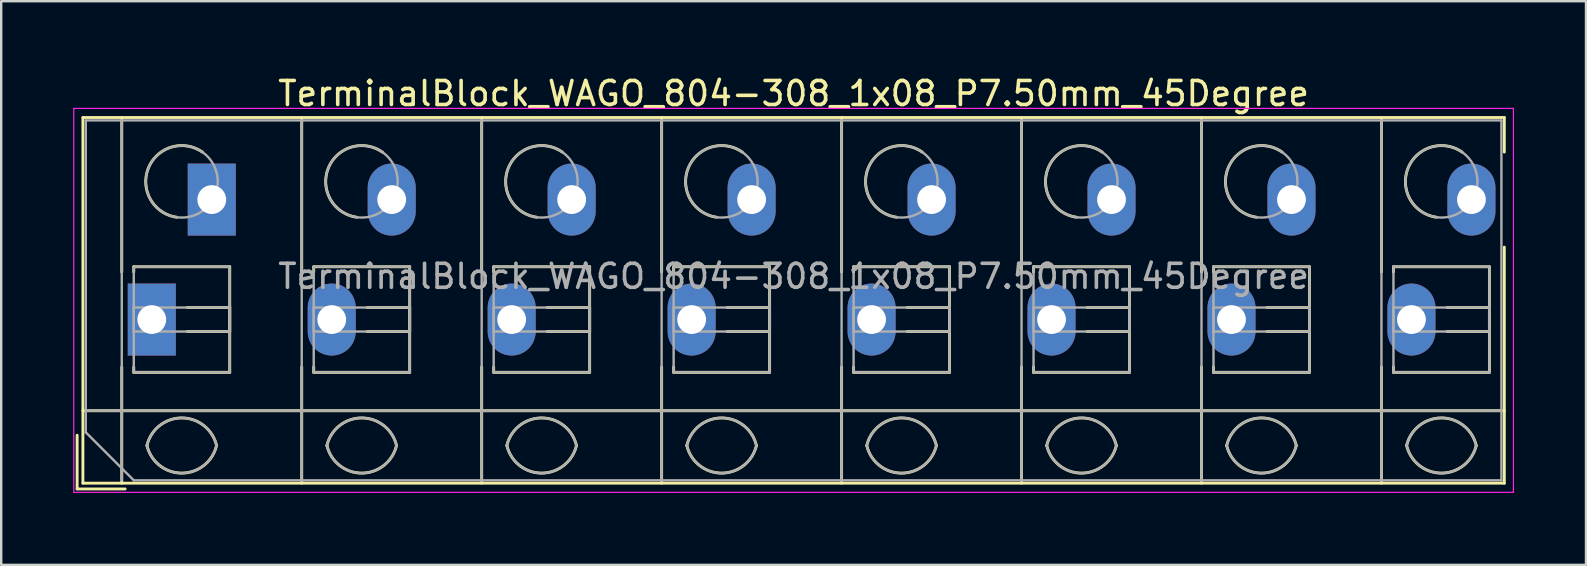
<source format=kicad_pcb>
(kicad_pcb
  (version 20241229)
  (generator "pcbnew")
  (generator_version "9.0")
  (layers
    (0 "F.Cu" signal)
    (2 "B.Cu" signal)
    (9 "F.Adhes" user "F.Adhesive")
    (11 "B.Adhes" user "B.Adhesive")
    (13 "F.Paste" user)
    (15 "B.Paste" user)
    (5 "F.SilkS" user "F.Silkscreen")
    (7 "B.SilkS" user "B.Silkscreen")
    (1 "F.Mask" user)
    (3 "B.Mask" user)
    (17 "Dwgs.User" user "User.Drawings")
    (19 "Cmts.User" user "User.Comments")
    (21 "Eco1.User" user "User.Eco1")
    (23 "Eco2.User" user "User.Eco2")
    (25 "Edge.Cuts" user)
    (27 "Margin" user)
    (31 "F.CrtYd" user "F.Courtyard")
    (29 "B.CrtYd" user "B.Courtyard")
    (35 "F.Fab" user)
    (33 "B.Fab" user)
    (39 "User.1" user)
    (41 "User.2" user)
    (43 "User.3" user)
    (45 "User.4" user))
  (footprint "TerminalBlock_WAGO_804-308_1x08_P7.50mm_45Degree"
    (layer "F.Cu")
    (at 3.275 10.268)
    (property "Reference" "TerminalBlock_WAGO_804-308_1x08_P7.50mm_45Degree" (at 26.75 -9.42 0) (layer "F.SilkS") (effects (font (size 1 1) (thickness 0.15))))
    (attr through_hole)
    (fp_line (start -3.11 4.82) (end -3.11 7.06) (stroke (width 0.12) (type solid)) (layer "F.SilkS"))
    (fp_line (start -3.11 7.06) (end -1.11 7.06) (stroke (width 0.12) (type solid)) (layer "F.SilkS"))
    (fp_line (start -2.87 -8.42) (end -2.87 6.82) (stroke (width 0.12) (type solid)) (layer "F.SilkS"))
    (fp_line (start -2.87 -8.42) (end 56.37 -8.42) (stroke (width 0.12) (type solid)) (layer "F.SilkS"))
    (fp_line (start -2.87 3.8) (end 56.37 3.8) (stroke (width 0.12) (type solid)) (layer "F.SilkS"))
    (fp_line (start -2.87 6.82) (end 56.37 6.82) (stroke (width 0.12) (type solid)) (layer "F.SilkS"))
    (fp_line (start -1.25 -8.42) (end -1.25 -1.98) (stroke (width 0.12) (type solid)) (layer "F.SilkS"))
    (fp_line (start -1.25 1.98) (end -1.25 6.82) (stroke (width 0.12) (type solid)) (layer "F.SilkS"))
    (fp_line (start -0.75 -2.2) (end -0.75 -1.98) (stroke (width 0.12) (type solid)) (layer "F.SilkS"))
    (fp_line (start -0.75 -2.2) (end 3.25 -2.2) (stroke (width 0.12) (type solid)) (layer "F.SilkS"))
    (fp_line (start -0.75 1.98) (end -0.75 2.2) (stroke (width 0.12) (type solid)) (layer "F.SilkS"))
    (fp_line (start -0.75 2.2) (end 3.25 2.2) (stroke (width 0.12) (type solid)) (layer "F.SilkS"))
    (fp_line (start 1.48 -0.5) (end 3.25 -0.5) (stroke (width 0.12) (type solid)) (layer "F.SilkS"))
    (fp_line (start 1.48 0.5) (end 3.25 0.5) (stroke (width 0.12) (type solid)) (layer "F.SilkS"))
    (fp_line (start 3.25 -2.2) (end 3.25 2.2) (stroke (width 0.12) (type solid)) (layer "F.SilkS"))
    (fp_line (start 3.25 -0.5) (end 3.25 0.5) (stroke (width 0.12) (type solid)) (layer "F.SilkS"))
    (fp_line (start 6.25 -8.42) (end 6.25 -1.98) (stroke (width 0.12) (type solid)) (layer "F.SilkS"))
    (fp_line (start 6.25 1.98) (end 6.25 6.82) (stroke (width 0.12) (type solid)) (layer "F.SilkS"))
    (fp_line (start 6.75 -2.2) (end 6.75 -1.98) (stroke (width 0.12) (type solid)) (layer "F.SilkS"))
    (fp_line (start 6.75 -2.2) (end 10.75 -2.2) (stroke (width 0.12) (type solid)) (layer "F.SilkS"))
    (fp_line (start 6.75 1.98) (end 6.75 2.2) (stroke (width 0.12) (type solid)) (layer "F.SilkS"))
    (fp_line (start 6.75 2.2) (end 10.75 2.2) (stroke (width 0.12) (type solid)) (layer "F.SilkS"))
    (fp_line (start 8.98 -0.5) (end 10.75 -0.5) (stroke (width 0.12) (type solid)) (layer "F.SilkS"))
    (fp_line (start 8.98 0.5) (end 10.75 0.5) (stroke (width 0.12) (type solid)) (layer "F.SilkS"))
    (fp_line (start 10.75 -2.2) (end 10.75 2.2) (stroke (width 0.12) (type solid)) (layer "F.SilkS"))
    (fp_line (start 10.75 -0.5) (end 10.75 0.5) (stroke (width 0.12) (type solid)) (layer "F.SilkS"))
    (fp_line (start 13.75 -8.42) (end 13.75 -1.98) (stroke (width 0.12) (type solid)) (layer "F.SilkS"))
    (fp_line (start 13.75 1.98) (end 13.75 6.82) (stroke (width 0.12) (type solid)) (layer "F.SilkS"))
    (fp_line (start 14.25 -2.2) (end 14.25 -1.98) (stroke (width 0.12) (type solid)) (layer "F.SilkS"))
    (fp_line (start 14.25 -2.2) (end 18.25 -2.2) (stroke (width 0.12) (type solid)) (layer "F.SilkS"))
    (fp_line (start 14.25 1.98) (end 14.25 2.2) (stroke (width 0.12) (type solid)) (layer "F.SilkS"))
    (fp_line (start 14.25 2.2) (end 18.25 2.2) (stroke (width 0.12) (type solid)) (layer "F.SilkS"))
    (fp_line (start 16.48 -0.5) (end 18.25 -0.5) (stroke (width 0.12) (type solid)) (layer "F.SilkS"))
    (fp_line (start 16.48 0.5) (end 18.25 0.5) (stroke (width 0.12) (type solid)) (layer "F.SilkS"))
    (fp_line (start 18.25 -2.2) (end 18.25 2.2) (stroke (width 0.12) (type solid)) (layer "F.SilkS"))
    (fp_line (start 18.25 -0.5) (end 18.25 0.5) (stroke (width 0.12) (type solid)) (layer "F.SilkS"))
    (fp_line (start 21.25 -8.42) (end 21.25 -1.98) (stroke (width 0.12) (type solid)) (layer "F.SilkS"))
    (fp_line (start 21.25 1.98) (end 21.25 6.82) (stroke (width 0.12) (type solid)) (layer "F.SilkS"))
    (fp_line (start 21.75 -2.2) (end 21.75 -1.98) (stroke (width 0.12) (type solid)) (layer "F.SilkS"))
    (fp_line (start 21.75 -2.2) (end 25.75 -2.2) (stroke (width 0.12) (type solid)) (layer "F.SilkS"))
    (fp_line (start 21.75 1.98) (end 21.75 2.2) (stroke (width 0.12) (type solid)) (layer "F.SilkS"))
    (fp_line (start 21.75 2.2) (end 25.75 2.2) (stroke (width 0.12) (type solid)) (layer "F.SilkS"))
    (fp_line (start 23.98 -0.5) (end 25.75 -0.5) (stroke (width 0.12) (type solid)) (layer "F.SilkS"))
    (fp_line (start 23.98 0.5) (end 25.75 0.5) (stroke (width 0.12) (type solid)) (layer "F.SilkS"))
    (fp_line (start 25.75 -2.2) (end 25.75 2.2) (stroke (width 0.12) (type solid)) (layer "F.SilkS"))
    (fp_line (start 25.75 -0.5) (end 25.75 0.5) (stroke (width 0.12) (type solid)) (layer "F.SilkS"))
    (fp_line (start 28.75 -8.42) (end 28.75 -1.98) (stroke (width 0.12) (type solid)) (layer "F.SilkS"))
    (fp_line (start 28.75 1.98) (end 28.75 6.82) (stroke (width 0.12) (type solid)) (layer "F.SilkS"))
    (fp_line (start 29.25 -2.2) (end 29.25 -1.98) (stroke (width 0.12) (type solid)) (layer "F.SilkS"))
    (fp_line (start 29.25 -2.2) (end 33.25 -2.2) (stroke (width 0.12) (type solid)) (layer "F.SilkS"))
    (fp_line (start 29.25 1.98) (end 29.25 2.2) (stroke (width 0.12) (type solid)) (layer "F.SilkS"))
    (fp_line (start 29.25 2.2) (end 33.25 2.2) (stroke (width 0.12) (type solid)) (layer "F.SilkS"))
    (fp_line (start 31.48 -0.5) (end 33.25 -0.5) (stroke (width 0.12) (type solid)) (layer "F.SilkS"))
    (fp_line (start 31.48 0.5) (end 33.25 0.5) (stroke (width 0.12) (type solid)) (layer "F.SilkS"))
    (fp_line (start 33.25 -2.2) (end 33.25 2.2) (stroke (width 0.12) (type solid)) (layer "F.SilkS"))
    (fp_line (start 33.25 -0.5) (end 33.25 0.5) (stroke (width 0.12) (type solid)) (layer "F.SilkS"))
    (fp_line (start 36.25 -8.42) (end 36.25 -1.98) (stroke (width 0.12) (type solid)) (layer "F.SilkS"))
    (fp_line (start 36.25 1.98) (end 36.25 6.82) (stroke (width 0.12) (type solid)) (layer "F.SilkS"))
    (fp_line (start 36.75 -2.2) (end 36.75 -1.98) (stroke (width 0.12) (type solid)) (layer "F.SilkS"))
    (fp_line (start 36.75 -2.2) (end 40.75 -2.2) (stroke (width 0.12) (type solid)) (layer "F.SilkS"))
    (fp_line (start 36.75 1.98) (end 36.75 2.2) (stroke (width 0.12) (type solid)) (layer "F.SilkS"))
    (fp_line (start 36.75 2.2) (end 40.75 2.2) (stroke (width 0.12) (type solid)) (layer "F.SilkS"))
    (fp_line (start 38.98 -0.5) (end 40.75 -0.5) (stroke (width 0.12) (type solid)) (layer "F.SilkS"))
    (fp_line (start 38.98 0.5) (end 40.75 0.5) (stroke (width 0.12) (type solid)) (layer "F.SilkS"))
    (fp_line (start 40.75 -2.2) (end 40.75 2.2) (stroke (width 0.12) (type solid)) (layer "F.SilkS"))
    (fp_line (start 40.75 -0.5) (end 40.75 0.5) (stroke (width 0.12) (type solid)) (layer "F.SilkS"))
    (fp_line (start 43.75 -8.42) (end 43.75 -1.98) (stroke (width 0.12) (type solid)) (layer "F.SilkS"))
    (fp_line (start 43.75 1.98) (end 43.75 6.82) (stroke (width 0.12) (type solid)) (layer "F.SilkS"))
    (fp_line (start 44.25 -2.2) (end 44.25 -1.98) (stroke (width 0.12) (type solid)) (layer "F.SilkS"))
    (fp_line (start 44.25 -2.2) (end 48.25 -2.2) (stroke (width 0.12) (type solid)) (layer "F.SilkS"))
    (fp_line (start 44.25 1.98) (end 44.25 2.2) (stroke (width 0.12) (type solid)) (layer "F.SilkS"))
    (fp_line (start 44.25 2.2) (end 48.25 2.2) (stroke (width 0.12) (type solid)) (layer "F.SilkS"))
    (fp_line (start 46.48 -0.5) (end 48.25 -0.5) (stroke (width 0.12) (type solid)) (layer "F.SilkS"))
    (fp_line (start 46.48 0.5) (end 48.25 0.5) (stroke (width 0.12) (type solid)) (layer "F.SilkS"))
    (fp_line (start 48.25 -2.2) (end 48.25 2.2) (stroke (width 0.12) (type solid)) (layer "F.SilkS"))
    (fp_line (start 48.25 -0.5) (end 48.25 0.5) (stroke (width 0.12) (type solid)) (layer "F.SilkS"))
    (fp_line (start 51.25 -8.42) (end 51.25 -1.98) (stroke (width 0.12) (type solid)) (layer "F.SilkS"))
    (fp_line (start 51.25 1.98) (end 51.25 6.82) (stroke (width 0.12) (type solid)) (layer "F.SilkS"))
    (fp_line (start 51.75 -2.2) (end 51.75 -1.98) (stroke (width 0.12) (type solid)) (layer "F.SilkS"))
    (fp_line (start 51.75 -2.2) (end 55.75 -2.2) (stroke (width 0.12) (type solid)) (layer "F.SilkS"))
    (fp_line (start 51.75 1.98) (end 51.75 2.2) (stroke (width 0.12) (type solid)) (layer "F.SilkS"))
    (fp_line (start 51.75 2.2) (end 55.75 2.2) (stroke (width 0.12) (type solid)) (layer "F.SilkS"))
    (fp_line (start 53.98 -0.5) (end 55.75 -0.5) (stroke (width 0.12) (type solid)) (layer "F.SilkS"))
    (fp_line (start 53.98 0.5) (end 55.75 0.5) (stroke (width 0.12) (type solid)) (layer "F.SilkS"))
    (fp_line (start 55.75 -2.2) (end 55.75 2.2) (stroke (width 0.12) (type solid)) (layer "F.SilkS"))
    (fp_line (start 55.75 -0.5) (end 55.75 0.5) (stroke (width 0.12) (type solid)) (layer "F.SilkS"))
    (fp_line (start 56.37 -8.42) (end 56.37 -6.98) (stroke (width 0.12) (type solid)) (layer "F.SilkS"))
    (fp_line (start 56.37 -3.02) (end 56.37 6.82) (stroke (width 0.12) (type solid)) (layer "F.SilkS"))
    (fp_arc (start -0.200865 5.250424) (mid 1.250296 4.099926) (end 2.701 5.251) (stroke (width 0.12) (type solid)) (layer "F.SilkS"))
    (fp_arc (start 1.040798 -4.264067) (mid -0.146039 -6.300306) (end 2.111 -6.979) (stroke (width 0.12) (type solid)) (layer "F.SilkS"))
    (fp_arc (start 2.7 5.25) (mid 1.250068 6.400101) (end -0.199969 5.250133) (stroke (width 0.12) (type solid)) (layer "F.SilkS"))
    (fp_arc (start 7.299135 5.250424) (mid 8.750296 4.099926) (end 10.201 5.251) (stroke (width 0.12) (type solid)) (layer "F.SilkS"))
    (fp_arc (start 8.540798 -4.264067) (mid 7.353961 -6.300306) (end 9.611 -6.979) (stroke (width 0.12) (type solid)) (layer "F.SilkS"))
    (fp_arc (start 10.2 5.25) (mid 8.750068 6.400101) (end 7.300031 5.250133) (stroke (width 0.12) (type solid)) (layer "F.SilkS"))
    (fp_arc (start 14.799135 5.250424) (mid 16.250296 4.099926) (end 17.701 5.251) (stroke (width 0.12) (type solid)) (layer "F.SilkS"))
    (fp_arc (start 16.040798 -4.264067) (mid 14.853961 -6.300306) (end 17.111 -6.979) (stroke (width 0.12) (type solid)) (layer "F.SilkS"))
    (fp_arc (start 17.7 5.25) (mid 16.250068 6.400101) (end 14.800031 5.250133) (stroke (width 0.12) (type solid)) (layer "F.SilkS"))
    (fp_arc (start 22.299135 5.250424) (mid 23.750296 4.099926) (end 25.201 5.251) (stroke (width 0.12) (type solid)) (layer "F.SilkS"))
    (fp_arc (start 23.540798 -4.264067) (mid 22.353961 -6.300306) (end 24.611 -6.979) (stroke (width 0.12) (type solid)) (layer "F.SilkS"))
    (fp_arc (start 25.2 5.25) (mid 23.750068 6.400101) (end 22.300031 5.250133) (stroke (width 0.12) (type solid)) (layer "F.SilkS"))
    (fp_arc (start 29.799135 5.250424) (mid 31.250296 4.099926) (end 32.701 5.251) (stroke (width 0.12) (type solid)) (layer "F.SilkS"))
    (fp_arc (start 31.040798 -4.264067) (mid 29.853961 -6.300306) (end 32.111 -6.979) (stroke (width 0.12) (type solid)) (layer "F.SilkS"))
    (fp_arc (start 32.701 5.25) (mid 31.250296 6.401074) (end 29.799135 5.250576) (stroke (width 0.12) (type solid)) (layer "F.SilkS"))
    (fp_arc (start 37.299135 5.250424) (mid 38.750296 4.099926) (end 40.201 5.251) (stroke (width 0.12) (type solid)) (layer "F.SilkS"))
    (fp_arc (start 38.540798 -4.264067) (mid 37.353961 -6.300306) (end 39.611 -6.979) (stroke (width 0.12) (type solid)) (layer "F.SilkS"))
    (fp_arc (start 40.2 5.25) (mid 38.750068 6.400101) (end 37.300031 5.250133) (stroke (width 0.12) (type solid)) (layer "F.SilkS"))
    (fp_arc (start 44.799135 5.250424) (mid 46.250296 4.099926) (end 47.701 5.251) (stroke (width 0.12) (type solid)) (layer "F.SilkS"))
    (fp_arc (start 46.040798 -4.264067) (mid 44.853961 -6.300306) (end 47.111 -6.979) (stroke (width 0.12) (type solid)) (layer "F.SilkS"))
    (fp_arc (start 47.7 5.25) (mid 46.250068 6.400101) (end 44.800031 5.250133) (stroke (width 0.12) (type solid)) (layer "F.SilkS"))
    (fp_arc (start 52.299135 5.250424) (mid 53.750296 4.099926) (end 55.201 5.251) (stroke (width 0.12) (type solid)) (layer "F.SilkS"))
    (fp_arc (start 53.540798 -4.264067) (mid 52.353961 -6.300306) (end 54.611 -6.979) (stroke (width 0.12) (type solid)) (layer "F.SilkS"))
    (fp_arc (start 55.2 5.25) (mid 53.750068 6.400101) (end 52.300031 5.250133) (stroke (width 0.12) (type solid)) (layer "F.SilkS"))
    (fp_line (start -3.25 -8.8) (end -3.25 7.2) (stroke (width 0.05) (type solid)) (layer "F.CrtYd"))
    (fp_line (start -3.25 7.2) (end 56.75 7.2) (stroke (width 0.05) (type solid)) (layer "F.CrtYd"))
    (fp_line (start 56.75 -8.8) (end -3.25 -8.8) (stroke (width 0.05) (type solid)) (layer "F.CrtYd"))
    (fp_line (start 56.75 7.2) (end 56.75 -8.8) (stroke (width 0.05) (type solid)) (layer "F.CrtYd"))
    (fp_line (start -2.75 -8.3) (end 56.25 -8.3) (stroke (width 0.1) (type solid)) (layer "F.Fab"))
    (fp_line (start -2.75 3.8) (end 56.25 3.8) (stroke (width 0.1) (type solid)) (layer "F.Fab"))
    (fp_line (start -2.75 4.7) (end -2.75 -8.3) (stroke (width 0.1) (type solid)) (layer "F.Fab"))
    (fp_line (start -1.25 -8.3) (end -1.25 6.7) (stroke (width 0.1) (type solid)) (layer "F.Fab"))
    (fp_line (start -0.75 -2.2) (end -0.75 2.2) (stroke (width 0.1) (type solid)) (layer "F.Fab"))
    (fp_line (start -0.75 -0.5) (end -0.75 0.5) (stroke (width 0.1) (type solid)) (layer "F.Fab"))
    (fp_line (start -0.75 0.5) (end 3.25 0.5) (stroke (width 0.1) (type solid)) (layer "F.Fab"))
    (fp_line (start -0.75 2.2) (end 3.25 2.2) (stroke (width 0.1) (type solid)) (layer "F.Fab"))
    (fp_line (start -0.75 6.7) (end -2.75 4.7) (stroke (width 0.1) (type solid)) (layer "F.Fab"))
    (fp_line (start 3.25 -2.2) (end -0.75 -2.2) (stroke (width 0.1) (type solid)) (layer "F.Fab"))
    (fp_line (start 3.25 -0.5) (end -0.75 -0.5) (stroke (width 0.1) (type solid)) (layer "F.Fab"))
    (fp_line (start 3.25 0.5) (end 3.25 -0.5) (stroke (width 0.1) (type solid)) (layer "F.Fab"))
    (fp_line (start 3.25 2.2) (end 3.25 -2.2) (stroke (width 0.1) (type solid)) (layer "F.Fab"))
    (fp_line (start 6.25 -8.3) (end 6.25 6.7) (stroke (width 0.1) (type solid)) (layer "F.Fab"))
    (fp_line (start 6.75 -2.2) (end 6.75 2.2) (stroke (width 0.1) (type solid)) (layer "F.Fab"))
    (fp_line (start 6.75 -0.5) (end 6.75 0.5) (stroke (width 0.1) (type solid)) (layer "F.Fab"))
    (fp_line (start 6.75 0.5) (end 10.75 0.5) (stroke (width 0.1) (type solid)) (layer "F.Fab"))
    (fp_line (start 6.75 2.2) (end 10.75 2.2) (stroke (width 0.1) (type solid)) (layer "F.Fab"))
    (fp_line (start 10.75 -2.2) (end 6.75 -2.2) (stroke (width 0.1) (type solid)) (layer "F.Fab"))
    (fp_line (start 10.75 -0.5) (end 6.75 -0.5) (stroke (width 0.1) (type solid)) (layer "F.Fab"))
    (fp_line (start 10.75 0.5) (end 10.75 -0.5) (stroke (width 0.1) (type solid)) (layer "F.Fab"))
    (fp_line (start 10.75 2.2) (end 10.75 -2.2) (stroke (width 0.1) (type solid)) (layer "F.Fab"))
    (fp_line (start 13.75 -8.3) (end 13.75 6.7) (stroke (width 0.1) (type solid)) (layer "F.Fab"))
    (fp_line (start 14.25 -2.2) (end 14.25 2.2) (stroke (width 0.1) (type solid)) (layer "F.Fab"))
    (fp_line (start 14.25 -0.5) (end 14.25 0.5) (stroke (width 0.1) (type solid)) (layer "F.Fab"))
    (fp_line (start 14.25 0.5) (end 18.25 0.5) (stroke (width 0.1) (type solid)) (layer "F.Fab"))
    (fp_line (start 14.25 2.2) (end 18.25 2.2) (stroke (width 0.1) (type solid)) (layer "F.Fab"))
    (fp_line (start 18.25 -2.2) (end 14.25 -2.2) (stroke (width 0.1) (type solid)) (layer "F.Fab"))
    (fp_line (start 18.25 -0.5) (end 14.25 -0.5) (stroke (width 0.1) (type solid)) (layer "F.Fab"))
    (fp_line (start 18.25 0.5) (end 18.25 -0.5) (stroke (width 0.1) (type solid)) (layer "F.Fab"))
    (fp_line (start 18.25 2.2) (end 18.25 -2.2) (stroke (width 0.1) (type solid)) (layer "F.Fab"))
    (fp_line (start 21.25 -8.3) (end 21.25 6.7) (stroke (width 0.1) (type solid)) (layer "F.Fab"))
    (fp_line (start 21.75 -2.2) (end 21.75 2.2) (stroke (width 0.1) (type solid)) (layer "F.Fab"))
    (fp_line (start 21.75 -0.5) (end 21.75 0.5) (stroke (width 0.1) (type solid)) (layer "F.Fab"))
    (fp_line (start 21.75 0.5) (end 25.75 0.5) (stroke (width 0.1) (type solid)) (layer "F.Fab"))
    (fp_line (start 21.75 2.2) (end 25.75 2.2) (stroke (width 0.1) (type solid)) (layer "F.Fab"))
    (fp_line (start 25.75 -2.2) (end 21.75 -2.2) (stroke (width 0.1) (type solid)) (layer "F.Fab"))
    (fp_line (start 25.75 -0.5) (end 21.75 -0.5) (stroke (width 0.1) (type solid)) (layer "F.Fab"))
    (fp_line (start 25.75 0.5) (end 25.75 -0.5) (stroke (width 0.1) (type solid)) (layer "F.Fab"))
    (fp_line (start 25.75 2.2) (end 25.75 -2.2) (stroke (width 0.1) (type solid)) (layer "F.Fab"))
    (fp_line (start 28.75 -8.3) (end 28.75 6.7) (stroke (width 0.1) (type solid)) (layer "F.Fab"))
    (fp_line (start 29.25 -2.2) (end 29.25 2.2) (stroke (width 0.1) (type solid)) (layer "F.Fab"))
    (fp_line (start 29.25 -0.5) (end 29.25 0.5) (stroke (width 0.1) (type solid)) (layer "F.Fab"))
    (fp_line (start 29.25 0.5) (end 33.25 0.5) (stroke (width 0.1) (type solid)) (layer "F.Fab"))
    (fp_line (start 29.25 2.2) (end 33.25 2.2) (stroke (width 0.1) (type solid)) (layer "F.Fab"))
    (fp_line (start 33.25 -2.2) (end 29.25 -2.2) (stroke (width 0.1) (type solid)) (layer "F.Fab"))
    (fp_line (start 33.25 -0.5) (end 29.25 -0.5) (stroke (width 0.1) (type solid)) (layer "F.Fab"))
    (fp_line (start 33.25 0.5) (end 33.25 -0.5) (stroke (width 0.1) (type solid)) (layer "F.Fab"))
    (fp_line (start 33.25 2.2) (end 33.25 -2.2) (stroke (width 0.1) (type solid)) (layer "F.Fab"))
    (fp_line (start 36.25 -8.3) (end 36.25 6.7) (stroke (width 0.1) (type solid)) (layer "F.Fab"))
    (fp_line (start 36.75 -2.2) (end 36.75 2.2) (stroke (width 0.1) (type solid)) (layer "F.Fab"))
    (fp_line (start 36.75 -0.5) (end 36.75 0.5) (stroke (width 0.1) (type solid)) (layer "F.Fab"))
    (fp_line (start 36.75 0.5) (end 40.75 0.5) (stroke (width 0.1) (type solid)) (layer "F.Fab"))
    (fp_line (start 36.75 2.2) (end 40.75 2.2) (stroke (width 0.1) (type solid)) (layer "F.Fab"))
    (fp_line (start 40.75 -2.2) (end 36.75 -2.2) (stroke (width 0.1) (type solid)) (layer "F.Fab"))
    (fp_line (start 40.75 -0.5) (end 36.75 -0.5) (stroke (width 0.1) (type solid)) (layer "F.Fab"))
    (fp_line (start 40.75 0.5) (end 40.75 -0.5) (stroke (width 0.1) (type solid)) (layer "F.Fab"))
    (fp_line (start 40.75 2.2) (end 40.75 -2.2) (stroke (width 0.1) (type solid)) (layer "F.Fab"))
    (fp_line (start 43.75 -8.3) (end 43.75 6.7) (stroke (width 0.1) (type solid)) (layer "F.Fab"))
    (fp_line (start 44.25 -2.2) (end 44.25 2.2) (stroke (width 0.1) (type solid)) (layer "F.Fab"))
    (fp_line (start 44.25 -0.5) (end 44.25 0.5) (stroke (width 0.1) (type solid)) (layer "F.Fab"))
    (fp_line (start 44.25 0.5) (end 48.25 0.5) (stroke (width 0.1) (type solid)) (layer "F.Fab"))
    (fp_line (start 44.25 2.2) (end 48.25 2.2) (stroke (width 0.1) (type solid)) (layer "F.Fab"))
    (fp_line (start 48.25 -2.2) (end 44.25 -2.2) (stroke (width 0.1) (type solid)) (layer "F.Fab"))
    (fp_line (start 48.25 -0.5) (end 44.25 -0.5) (stroke (width 0.1) (type solid)) (layer "F.Fab"))
    (fp_line (start 48.25 0.5) (end 48.25 -0.5) (stroke (width 0.1) (type solid)) (layer "F.Fab"))
    (fp_line (start 48.25 2.2) (end 48.25 -2.2) (stroke (width 0.1) (type solid)) (layer "F.Fab"))
    (fp_line (start 51.25 -8.3) (end 51.25 6.7) (stroke (width 0.1) (type solid)) (layer "F.Fab"))
    (fp_line (start 51.75 -2.2) (end 51.75 2.2) (stroke (width 0.1) (type solid)) (layer "F.Fab"))
    (fp_line (start 51.75 -0.5) (end 51.75 0.5) (stroke (width 0.1) (type solid)) (layer "F.Fab"))
    (fp_line (start 51.75 0.5) (end 55.75 0.5) (stroke (width 0.1) (type solid)) (layer "F.Fab"))
    (fp_line (start 51.75 2.2) (end 55.75 2.2) (stroke (width 0.1) (type solid)) (layer "F.Fab"))
    (fp_line (start 55.75 -2.2) (end 51.75 -2.2) (stroke (width 0.1) (type solid)) (layer "F.Fab"))
    (fp_line (start 55.75 -0.5) (end 51.75 -0.5) (stroke (width 0.1) (type solid)) (layer "F.Fab"))
    (fp_line (start 55.75 0.5) (end 55.75 -0.5) (stroke (width 0.1) (type solid)) (layer "F.Fab"))
    (fp_line (start 55.75 2.2) (end 55.75 -2.2) (stroke (width 0.1) (type solid)) (layer "F.Fab"))
    (fp_line (start 56.25 -8.3) (end 56.25 6.7) (stroke (width 0.1) (type solid)) (layer "F.Fab"))
    (fp_line (start 56.25 6.7) (end -0.75 6.7) (stroke (width 0.1) (type solid)) (layer "F.Fab"))
    (fp_arc (start -0.200865 5.250424) (mid 1.250296 4.099926) (end 2.701 5.251) (stroke (width 0.1) (type solid)) (layer "F.Fab"))
    (fp_arc (start 2.7 5.25) (mid 1.250068 6.400101) (end -0.199969 5.250133) (stroke (width 0.1) (type solid)) (layer "F.Fab"))
    (fp_arc (start 7.299135 5.250424) (mid 8.750296 4.099926) (end 10.201 5.251) (stroke (width 0.1) (type solid)) (layer "F.Fab"))
    (fp_arc (start 10.2 5.25) (mid 8.750068 6.400101) (end 7.300031 5.250133) (stroke (width 0.1) (type solid)) (layer "F.Fab"))
    (fp_arc (start 14.799135 5.250424) (mid 16.250296 4.099926) (end 17.701 5.251) (stroke (width 0.1) (type solid)) (layer "F.Fab"))
    (fp_arc (start 17.7 5.25) (mid 16.250068 6.400101) (end 14.800031 5.250133) (stroke (width 0.1) (type solid)) (layer "F.Fab"))
    (fp_arc (start 22.299135 5.250424) (mid 23.750296 4.099926) (end 25.201 5.251) (stroke (width 0.1) (type solid)) (layer "F.Fab"))
    (fp_arc (start 25.2 5.25) (mid 23.750068 6.400101) (end 22.300031 5.250133) (stroke (width 0.1) (type solid)) (layer "F.Fab"))
    (fp_arc (start 29.799135 5.250424) (mid 31.250296 4.099926) (end 32.701 5.251) (stroke (width 0.1) (type solid)) (layer "F.Fab"))
    (fp_arc (start 32.701 5.25) (mid 31.250296 6.401074) (end 29.799135 5.250576) (stroke (width 0.1) (type solid)) (layer "F.Fab"))
    (fp_arc (start 37.299135 5.250424) (mid 38.750296 4.099926) (end 40.201 5.251) (stroke (width 0.1) (type solid)) (layer "F.Fab"))
    (fp_arc (start 40.2 5.25) (mid 38.750068 6.400101) (end 37.300031 5.250133) (stroke (width 0.1) (type solid)) (layer "F.Fab"))
    (fp_arc (start 44.799135 5.250424) (mid 46.250296 4.099926) (end 47.701 5.251) (stroke (width 0.1) (type solid)) (layer "F.Fab"))
    (fp_arc (start 47.7 5.25) (mid 46.250068 6.400101) (end 44.800031 5.250133) (stroke (width 0.1) (type solid)) (layer "F.Fab"))
    (fp_arc (start 52.299135 5.250424) (mid 53.750296 4.099926) (end 55.201 5.251) (stroke (width 0.1) (type solid)) (layer "F.Fab"))
    (fp_arc (start 55.2 5.25) (mid 53.750068 6.400101) (end 52.300031 5.250133) (stroke (width 0.1) (type solid)) (layer "F.Fab"))
    (fp_circle (center 1.25 -5.75) (end 2.75 -5.75) (stroke (width 0.1) (type solid)) (fill no) (layer "F.Fab"))
    (fp_circle (center 8.75 -5.75) (end 10.25 -5.75) (stroke (width 0.1) (type solid)) (fill no) (layer "F.Fab"))
    (fp_circle (center 16.25 -5.75) (end 17.75 -5.75) (stroke (width 0.1) (type solid)) (fill no) (layer "F.Fab"))
    (fp_circle (center 23.75 -5.75) (end 25.25 -5.75) (stroke (width 0.1) (type solid)) (fill no) (layer "F.Fab"))
    (fp_circle (center 31.25 -5.75) (end 32.75 -5.75) (stroke (width 0.1) (type solid)) (fill no) (layer "F.Fab"))
    (fp_circle (center 38.75 -5.75) (end 40.25 -5.75) (stroke (width 0.1) (type solid)) (fill no) (layer "F.Fab"))
    (fp_circle (center 46.25 -5.75) (end 47.75 -5.75) (stroke (width 0.1) (type solid)) (fill no) (layer "F.Fab"))
    (fp_circle (center 53.75 -5.75) (end 55.25 -5.75) (stroke (width 0.1) (type solid)) (fill no) (layer "F.Fab"))
    (fp_text user "${REFERENCE}" (at 26.75 -1.8 0) (layer "F.Fab") (effects (font (size 1 1) (thickness 0.15))))
    (pad "1" thru_hole rect (at 0 0) (size 2 3) (drill 1.2) (layers "*.Cu" "*.Mask"))
    (pad "1" thru_hole rect (at 2.5 -5) (size 2 3) (drill 1.2) (layers "*.Cu" "*.Mask"))
    (pad "2" thru_hole oval (at 7.5 0) (size 2 3) (drill 1.2) (layers "*.Cu" "*.Mask"))
    (pad "2" thru_hole oval (at 10 -5) (size 2 3) (drill 1.2) (layers "*.Cu" "*.Mask"))
    (pad "3" thru_hole oval (at 15 0) (size 2 3) (drill 1.2) (layers "*.Cu" "*.Mask"))
    (pad "3" thru_hole oval (at 17.5 -5) (size 2 3) (drill 1.2) (layers "*.Cu" "*.Mask"))
    (pad "4" thru_hole oval (at 22.5 0) (size 2 3) (drill 1.2) (layers "*.Cu" "*.Mask"))
    (pad "4" thru_hole oval (at 25 -5) (size 2 3) (drill 1.2) (layers "*.Cu" "*.Mask"))
    (pad "5" thru_hole oval (at 30 0) (size 2 3) (drill 1.2) (layers "*.Cu" "*.Mask"))
    (pad "5" thru_hole oval (at 32.5 -5) (size 2 3) (drill 1.2) (layers "*.Cu" "*.Mask"))
    (pad "6" thru_hole oval (at 37.5 0) (size 2 3) (drill 1.2) (layers "*.Cu" "*.Mask"))
    (pad "6" thru_hole oval (at 40 -5) (size 2 3) (drill 1.2) (layers "*.Cu" "*.Mask"))
    (pad "7" thru_hole oval (at 45 0) (size 2 3) (drill 1.2) (layers "*.Cu" "*.Mask"))
    (pad "7" thru_hole oval (at 47.5 -5) (size 2 3) (drill 1.2) (layers "*.Cu" "*.Mask"))
    (pad "8" thru_hole oval (at 52.5 0) (size 2 3) (drill 1.2) (layers "*.Cu" "*.Mask"))
    (pad "8" thru_hole oval (at 55 -5) (size 2 3) (drill 1.2) (layers "*.Cu" "*.Mask")))
  (gr_rect
    (start -3 -3)
    (end 63.05 20.493)
    (stroke (width 0.1) (type default))
    (fill no)
    (layer "Edge.Cuts")))
</source>
